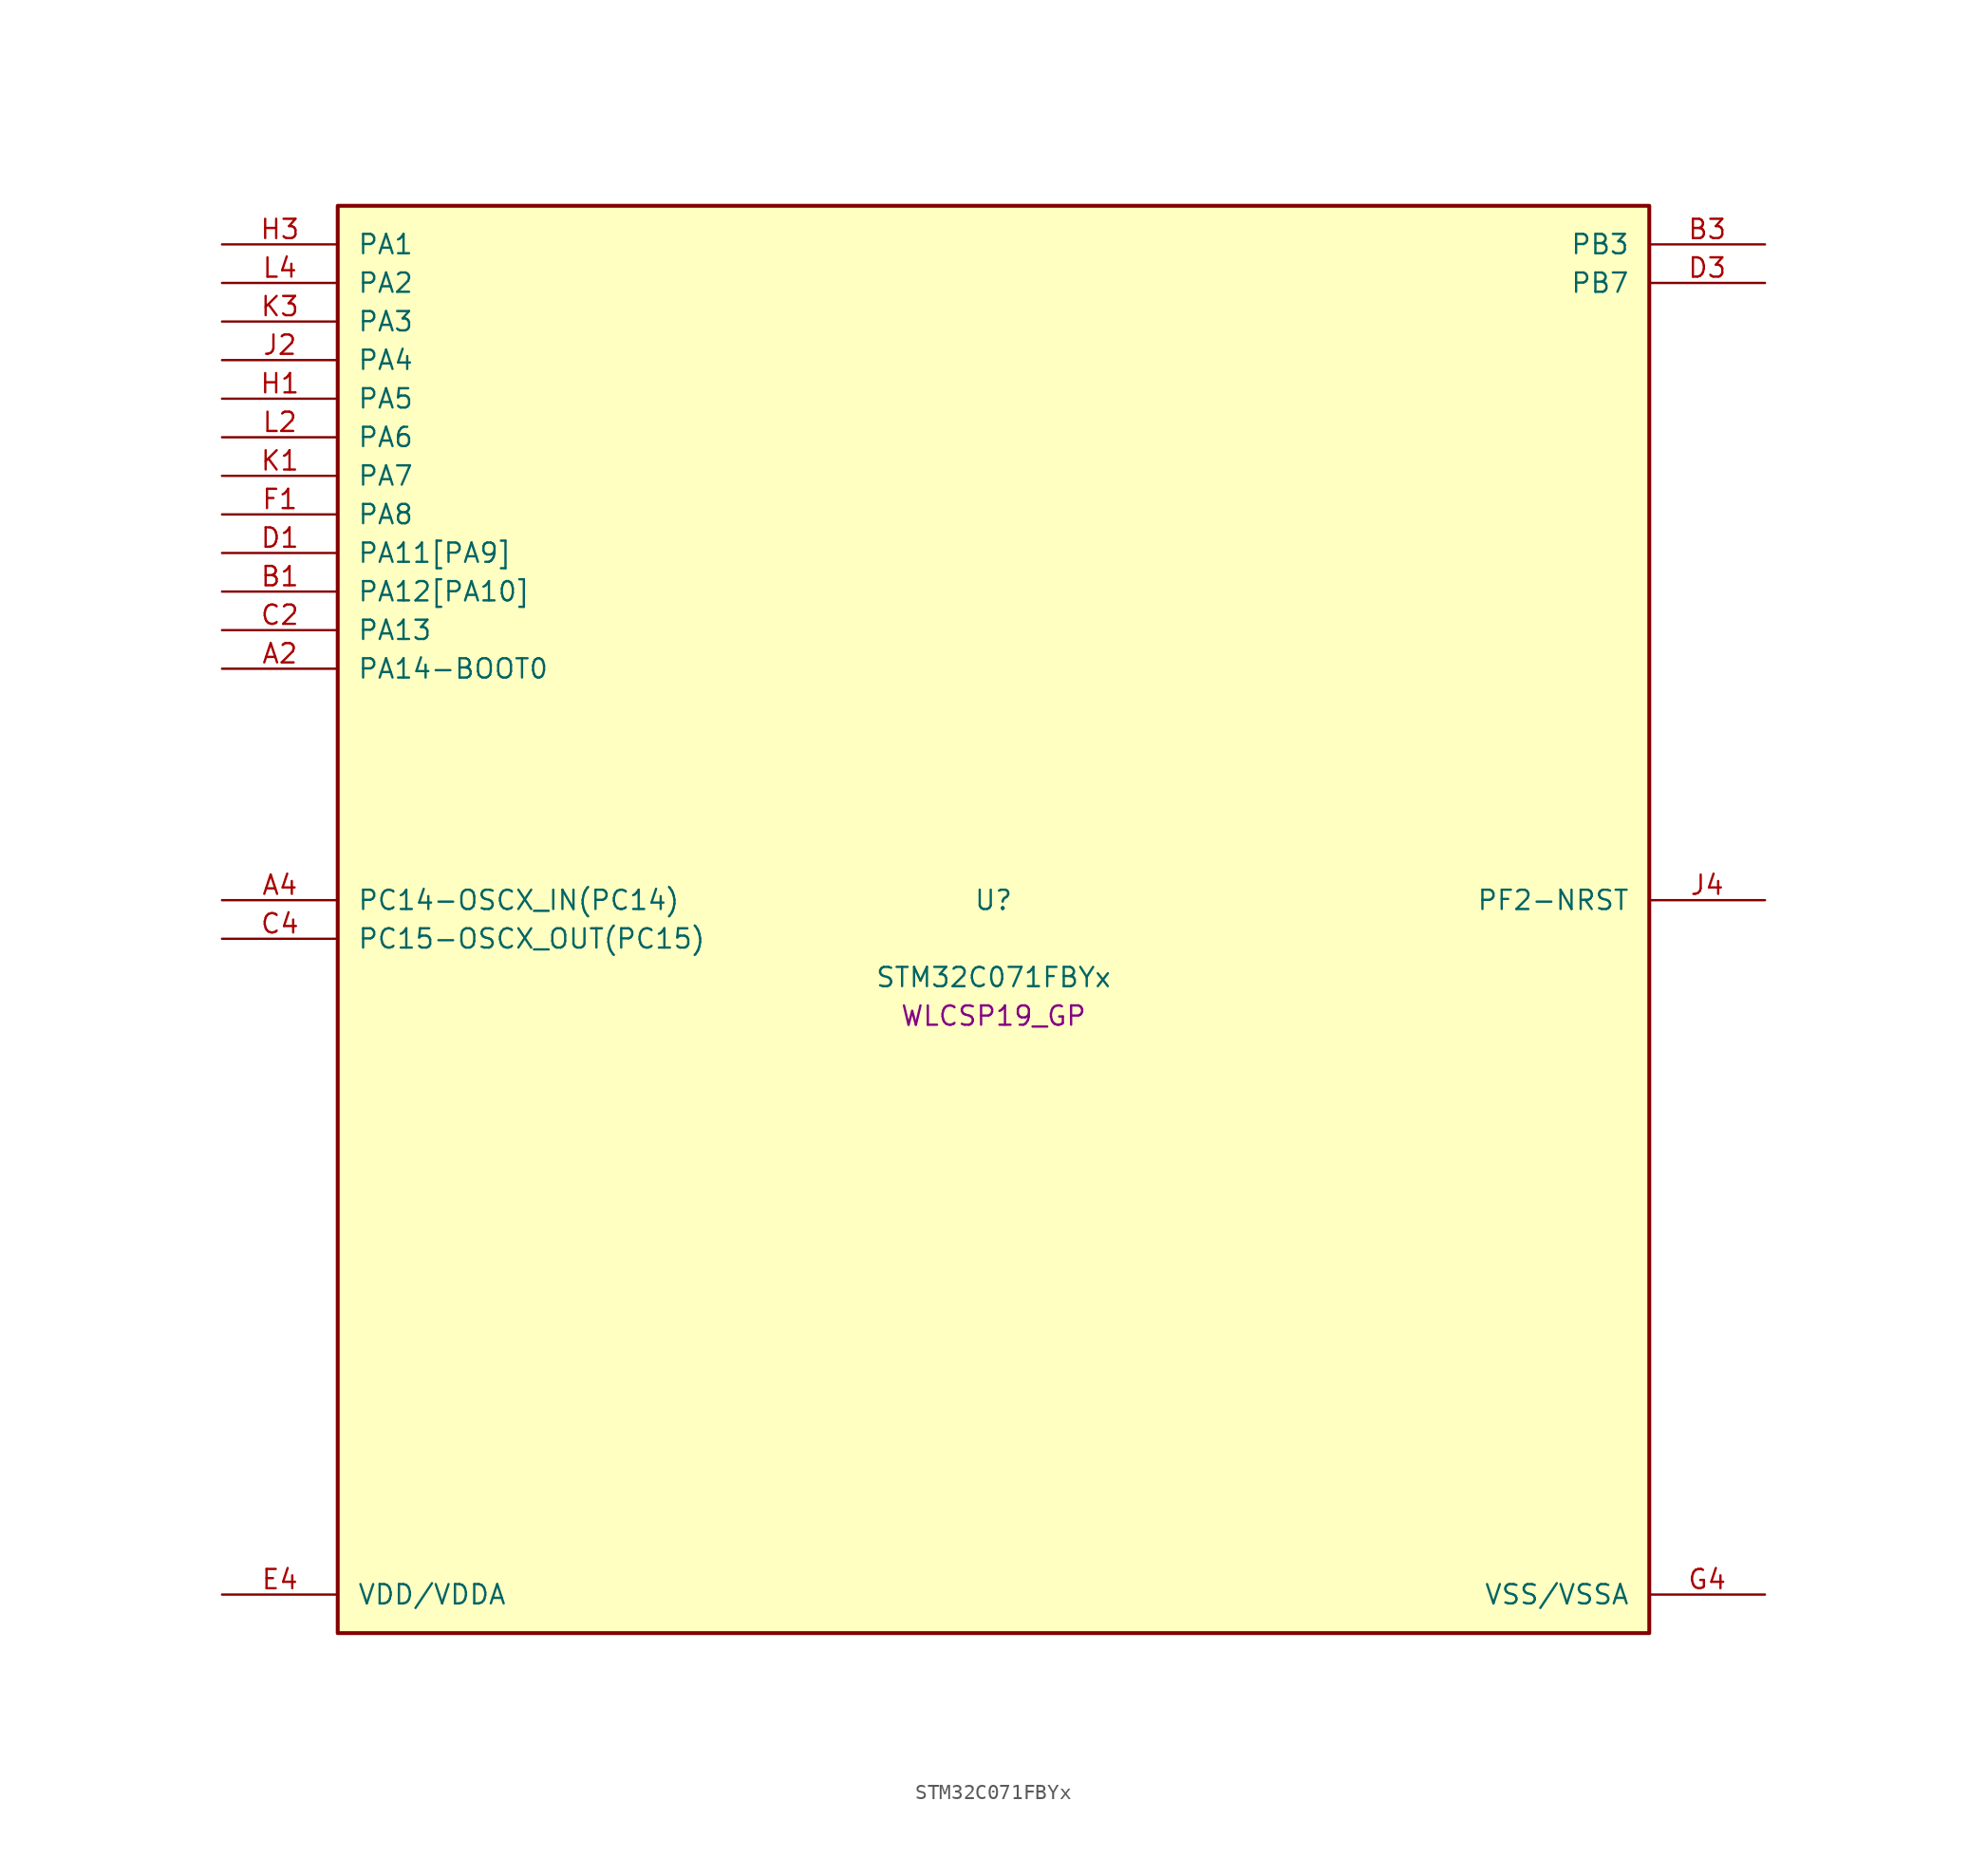
<source format=kicad_sym>
(kicad_symbol_lib
  (version 20241209)
  (generator "stm32_pkl_generator")
  (generator_version "1.0")
  (symbol "STM32C071FBYx"
    (pin_names
      (offset 1.27))
    (property "Reference" "U"
      (at 0 2.54 0))
    (property "Value" "STM32C071FBYx"
      (at 0 -2.54 0))
    (property "Footprint" "WLCSP19_GP"
      (at 0 -5.08 0))
    (symbol "STM32C071FBYx_1_1"
      (rectangle (start -43.18 48.26) (end 43.18 -45.72) (stroke (width 0.254) (type solid)) (fill (type background)))
      (pin bidirectional line (at -50.8 45.72 0) (length 7.62) (name "PA1") (number "H3") (alternate "PA1/ADC1_IN1" bidirectional line) (alternate "PA1/I2C1_SMBA" bidirectional line) (alternate "PA1/I2S1_CK" bidirectional line) (alternate "PA1/SPI1_SCK" bidirectional line) (alternate "PA1/TIM17_CH1" bidirectional line) (alternate "PA1/TIM1_CH2" bidirectional line) (alternate "PA1/TIM2_CH2" bidirectional line) (alternate "PA1/USART1_RX" bidirectional line) (alternate "PA1/USART2_CK" bidirectional line) (alternate "PA1/USART2_DE" bidirectional line) (alternate "PA1/USART2_RTS" bidirectional line))
      (pin bidirectional line (at -50.8 43.18 0) (length 7.62) (name "PA2") (number "L4") (alternate "PA2/ADC1_IN2" bidirectional line) (alternate "PA2/I2S1_SD" bidirectional line) (alternate "PA2/PWR_WKUP4" bidirectional line) (alternate "PA2/RCC_LSCO" bidirectional line) (alternate "PA2/SPI1_MOSI" bidirectional line) (alternate "PA2/TIM16_CH1N" bidirectional line) (alternate "PA2/TIM1_CH3" bidirectional line) (alternate "PA2/TIM2_CH3" bidirectional line) (alternate "PA2/TIM3_ETR" bidirectional line) (alternate "PA2/USART2_TX" bidirectional line))
      (pin bidirectional line (at -50.8 40.64 0) (length 7.62) (name "PA3") (number "K3") (alternate "PA3/ADC1_IN3" bidirectional line) (alternate "PA3/SPI2_MISO" bidirectional line) (alternate "PA3/TIM1_CH1N" bidirectional line) (alternate "PA3/TIM1_CH4" bidirectional line) (alternate "PA3/TIM2_CH4" bidirectional line) (alternate "PA3/USART2_RX" bidirectional line))
      (pin bidirectional line (at -50.8 38.1 0) (length 7.62) (name "PA4") (number "J2") (alternate "PA4/ADC1_IN4" bidirectional line) (alternate "PA4/I2S1_WS" bidirectional line) (alternate "PA4/PWR_WKUP2" bidirectional line) (alternate "PA4/RTC_OUT1" bidirectional line) (alternate "PA4/RTC_TS" bidirectional line) (alternate "PA4/SPI1_NSS" bidirectional line) (alternate "PA4/SPI2_MOSI" bidirectional line) (alternate "PA4/TIM14_CH1" bidirectional line) (alternate "PA4/TIM17_CH1N" bidirectional line) (alternate "PA4/TIM1_CH2N" bidirectional line) (alternate "PA4/USART2_TX" bidirectional line) (alternate "PA4/USB_NOE" bidirectional line))
      (pin bidirectional line (at -50.8 35.56 0) (length 7.62) (name "PA5") (number "H1") (alternate "PA5/ADC1_IN5" bidirectional line) (alternate "PA5/I2S1_CK" bidirectional line) (alternate "PA5/SPI1_SCK" bidirectional line) (alternate "PA5/TIM1_CH1" bidirectional line) (alternate "PA5/TIM1_CH3N" bidirectional line) (alternate "PA5/TIM2_CH1" bidirectional line) (alternate "PA5/TIM2_ETR" bidirectional line) (alternate "PA5/USART2_RX" bidirectional line))
      (pin bidirectional line (at -50.8 33.02 0) (length 7.62) (name "PA6") (number "L2") (alternate "PA6/ADC1_IN6" bidirectional line) (alternate "PA6/I2C2_SDA" bidirectional line) (alternate "PA6/I2S1_MCK" bidirectional line) (alternate "PA6/SPI1_MISO" bidirectional line) (alternate "PA6/TIM16_CH1" bidirectional line) (alternate "PA6/TIM1_BKIN" bidirectional line) (alternate "PA6/TIM3_CH1" bidirectional line))
      (pin bidirectional line (at -50.8 30.48 0) (length 7.62) (name "PA7") (number "K1") (alternate "PA7/ADC1_IN7" bidirectional line) (alternate "PA7/I2C2_SCL" bidirectional line) (alternate "PA7/I2S1_SD" bidirectional line) (alternate "PA7/SPI1_MOSI" bidirectional line) (alternate "PA7/TIM14_CH1" bidirectional line) (alternate "PA7/TIM17_CH1" bidirectional line) (alternate "PA7/TIM1_CH1N" bidirectional line) (alternate "PA7/TIM3_CH2" bidirectional line))
      (pin bidirectional line (at -50.8 27.94 0) (length 7.62) (name "PA8") (number "F1") (alternate "PA8/ADC1_IN8" bidirectional line) (alternate "PA8/CRS_SYNC" bidirectional line) (alternate "PA8/I2S1_WS" bidirectional line) (alternate "PA8/RCC_MCO" bidirectional line) (alternate "PA8/RCC_MCO_2" bidirectional line) (alternate "PA8/SPI1_NSS" bidirectional line) (alternate "PA8/SPI2_MISO" bidirectional line) (alternate "PA8/SPI2_NSS" bidirectional line) (alternate "PA8/TIM14_CH1" bidirectional line) (alternate "PA8/TIM1_CH1" bidirectional line) (alternate "PA8/TIM1_CH2N" bidirectional line) (alternate "PA8/TIM1_CH3N" bidirectional line) (alternate "PA8/TIM3_CH3" bidirectional line) (alternate "PA8/TIM3_CH4" bidirectional line) (alternate "PA8/USART1_RX" bidirectional line) (alternate "PA8/USART2_TX" bidirectional line))
      (pin bidirectional line (at -50.8 25.4 0) (length 7.62) (name "PA11[PA9]") (number "D1") (alternate "PA11[PA9]/ADC1_EXTI11" bidirectional line) (alternate "PA11[PA9]/I2C2_SCL" bidirectional line) (alternate "PA11[PA9]/I2S1_MCK" bidirectional line) (alternate "PA11[PA9]/SPI1_MISO" bidirectional line) (alternate "PA11[PA9]/TIM1_BKIN2" bidirectional line) (alternate "PA11[PA9]/TIM1_CH4" bidirectional line) (alternate "PA11[PA9]/USART1_CTS" bidirectional line) (alternate "PA11[PA9]/USART1_NSS" bidirectional line) (alternate "PA11[PA9]/USB_DM" bidirectional line) (alternate "PA11[PA9]/PA9[PA11]" bidirectional line) (alternate "PA11[PA9]/I2C1_SCL" bidirectional line) (alternate "PA11[PA9]/RCC_MCO" bidirectional line) (alternate "PA11[PA9]/SPI2_MISO" bidirectional line) (alternate "PA11[PA9]/TIM1_CH2" bidirectional line) (alternate "PA11[PA9]/TIM3_ETR" bidirectional line) (alternate "PA11[PA9]/USART1_TX" bidirectional line))
      (pin bidirectional line (at -50.8 22.86 0) (length 7.62) (name "PA12[PA10]") (number "B1") (alternate "PA12[PA10]/I2C2_SDA" bidirectional line) (alternate "PA12[PA10]/I2S1_SD" bidirectional line) (alternate "PA12[PA10]/I2S_CKIN" bidirectional line) (alternate "PA12[PA10]/SPI1_MOSI" bidirectional line) (alternate "PA12[PA10]/TIM1_ETR" bidirectional line) (alternate "PA12[PA10]/USART1_CK" bidirectional line) (alternate "PA12[PA10]/USART1_DE" bidirectional line) (alternate "PA12[PA10]/USART1_RTS" bidirectional line) (alternate "PA12[PA10]/USB_DP" bidirectional line) (alternate "PA12[PA10]/PA10[PA12]" bidirectional line) (alternate "PA12[PA10]/I2C1_SDA" bidirectional line) (alternate "PA12[PA10]/RCC_MCO_2" bidirectional line) (alternate "PA12[PA10]/SPI2_MOSI" bidirectional line) (alternate "PA12[PA10]/TIM17_BKIN" bidirectional line) (alternate "PA12[PA10]/TIM1_CH3" bidirectional line) (alternate "PA12[PA10]/USART1_RX" bidirectional line))
      (pin bidirectional line (at -50.8 20.32 0) (length 7.62) (name "PA13") (number "C2") (alternate "PA13/ADC1_IN13" bidirectional line) (alternate "PA13/DEBUG_SWDIO" bidirectional line) (alternate "PA13/IR_OUT" bidirectional line) (alternate "PA13/TIM3_ETR" bidirectional line) (alternate "PA13/USART2_RX" bidirectional line) (alternate "PA13/USB_NOE" bidirectional line))
      (pin bidirectional line (at -50.8 17.78 0) (length 7.62) (name "PA14-BOOT0") (number "A2") (alternate "PA14-BOOT0/ADC1_IN14" bidirectional line) (alternate "PA14-BOOT0/DEBUG_SWCLK" bidirectional line) (alternate "PA14-BOOT0/I2S1_WS" bidirectional line) (alternate "PA14-BOOT0/RCC_MCO_2" bidirectional line) (alternate "PA14-BOOT0/SPI1_NSS" bidirectional line) (alternate "PA14-BOOT0/TIM1_CH1" bidirectional line) (alternate "PA14-BOOT0/USART1_CK" bidirectional line) (alternate "PA14-BOOT0/USART1_DE" bidirectional line) (alternate "PA14-BOOT0/USART1_RTS" bidirectional line) (alternate "PA14-BOOT0/USART2_RX" bidirectional line) (alternate "PA14-BOOT0/USART2_TX" bidirectional line) (alternate "PA14-BOOT0/PA15" bidirectional line) (alternate "PA14-BOOT0/TIM2_CH1" bidirectional line) (alternate "PA14-BOOT0/TIM2_ETR" bidirectional line) (alternate "PA14-BOOT0/USB_NOE" bidirectional line))
      (pin bidirectional line (at 50.8 45.72 180) (length 7.62) (name "PB3") (number "B3") (alternate "PB3/I2C2_SCL" bidirectional line) (alternate "PB3/I2S1_CK" bidirectional line) (alternate "PB3/SPI1_SCK" bidirectional line) (alternate "PB3/TIM1_CH2" bidirectional line) (alternate "PB3/TIM2_CH2" bidirectional line) (alternate "PB3/TIM3_CH2" bidirectional line) (alternate "PB3/USART1_CK" bidirectional line) (alternate "PB3/USART1_DE" bidirectional line) (alternate "PB3/USART1_RTS" bidirectional line) (alternate "PB3/PB4" bidirectional line) (alternate "PB3/I2C2_SDA" bidirectional line) (alternate "PB3/I2S1_MCK" bidirectional line) (alternate "PB3/SPI1_MISO" bidirectional line) (alternate "PB3/TIM17_BKIN" bidirectional line) (alternate "PB3/TIM3_CH1" bidirectional line) (alternate "PB3/USART1_CTS" bidirectional line) (alternate "PB3/USART1_NSS" bidirectional line) (alternate "PB3/PB5" bidirectional line) (alternate "PB3/I2C1_SMBA" bidirectional line) (alternate "PB3/I2S1_SD" bidirectional line) (alternate "PB3/PWR_WKUP6" bidirectional line) (alternate "PB3/SPI1_MOSI" bidirectional line) (alternate "PB3/TIM16_BKIN" bidirectional line) (alternate "PB3/TIM3_CH3" bidirectional line) (alternate "PB3/PB6" bidirectional line) (alternate "PB3/I2C1_SCL" bidirectional line) (alternate "PB3/PWR_WKUP3" bidirectional line) (alternate "PB3/SPI2_MISO" bidirectional line) (alternate "PB3/TIM16_CH1N" bidirectional line) (alternate "PB3/TIM1_CH3" bidirectional line) (alternate "PB3/USART1_TX" bidirectional line))
      (pin bidirectional line (at 50.8 43.18 180) (length 7.62) (name "PB7") (number "D3") (alternate "PB7/I2C1_SCL" bidirectional line) (alternate "PB7/I2C1_SDA" bidirectional line) (alternate "PB7/RTC_REFIN" bidirectional line) (alternate "PB7/SPI2_MOSI" bidirectional line) (alternate "PB7/TIM16_CH1" bidirectional line) (alternate "PB7/TIM17_CH1N" bidirectional line) (alternate "PB7/TIM1_CH4" bidirectional line) (alternate "PB7/TIM3_CH1" bidirectional line) (alternate "PB7/TIM3_CH4" bidirectional line) (alternate "PB7/USART1_RX" bidirectional line) (alternate "PB7/USART2_CTS" bidirectional line) (alternate "PB7/USART2_NSS" bidirectional line) (alternate "PB7/PB8" bidirectional line) (alternate "PB7/SPI2_SCK" bidirectional line))
      (pin bidirectional line (at -50.8 2.54 0) (length 7.62) (name "PC14-OSCX_IN(PC14)") (number "A4") (alternate "PC14-OSCX_IN(PC14)/I2C1_SDA" bidirectional line) (alternate "PC14-OSCX_IN(PC14)/IR_OUT" bidirectional line) (alternate "PC14-OSCX_IN(PC14)/RCC_OSCX_IN" bidirectional line) (alternate "PC14-OSCX_IN(PC14)/SPI2_NSS" bidirectional line) (alternate "PC14-OSCX_IN(PC14)/TIM17_CH1" bidirectional line) (alternate "PC14-OSCX_IN(PC14)/TIM1_BKIN2" bidirectional line) (alternate "PC14-OSCX_IN(PC14)/TIM1_ETR" bidirectional line) (alternate "PC14-OSCX_IN(PC14)/TIM3_CH2" bidirectional line) (alternate "PC14-OSCX_IN(PC14)/USART1_TX" bidirectional line) (alternate "PC14-OSCX_IN(PC14)/USART2_CK" bidirectional line) (alternate "PC14-OSCX_IN(PC14)/USART2_DE" bidirectional line) (alternate "PC14-OSCX_IN(PC14)/USART2_RTS" bidirectional line))
      (pin bidirectional line (at -50.8 0 0) (length 7.62) (name "PC15-OSCX_OUT(PC15)") (number "C4") (alternate "PC15-OSCX_OUT(PC15)/RCC_OSC32_EN" bidirectional line) (alternate "PC15-OSCX_OUT(PC15)/RCC_OSCX_OUT" bidirectional line) (alternate "PC15-OSCX_OUT(PC15)/RCC_OSC_EN" bidirectional line) (alternate "PC15-OSCX_OUT(PC15)/TIM1_ETR" bidirectional line) (alternate "PC15-OSCX_OUT(PC15)/TIM3_CH3" bidirectional line))
      (pin bidirectional line (at 50.8 2.54 180) (length 7.62) (name "PF2-NRST") (number "J4") (alternate "PF2-NRST/RCC_MCO" bidirectional line) (alternate "PF2-NRST/TIM1_CH4" bidirectional line) (alternate "PF2-NRST/PA0" bidirectional line) (alternate "PF2-NRST/ADC1_IN0" bidirectional line) (alternate "PF2-NRST/PWR_WKUP1" bidirectional line) (alternate "PF2-NRST/SPI2_SCK" bidirectional line) (alternate "PF2-NRST/TIM16_CH1" bidirectional line) (alternate "PF2-NRST/TIM1_CH1" bidirectional line) (alternate "PF2-NRST/TIM2_CH1" bidirectional line) (alternate "PF2-NRST/TIM2_ETR" bidirectional line) (alternate "PF2-NRST/USART1_TX" bidirectional line) (alternate "PF2-NRST/USART2_CTS" bidirectional line) (alternate "PF2-NRST/USART2_NSS" bidirectional line))
      (pin power_in line (at -50.8 -43.18 0) (length 7.62) (name "VDD/VDDA") (number "E4"))
      (pin power_in line (at 50.8 -43.18 180) (length 7.62) (name "VSS/VSSA") (number "G4")))))
</source>
